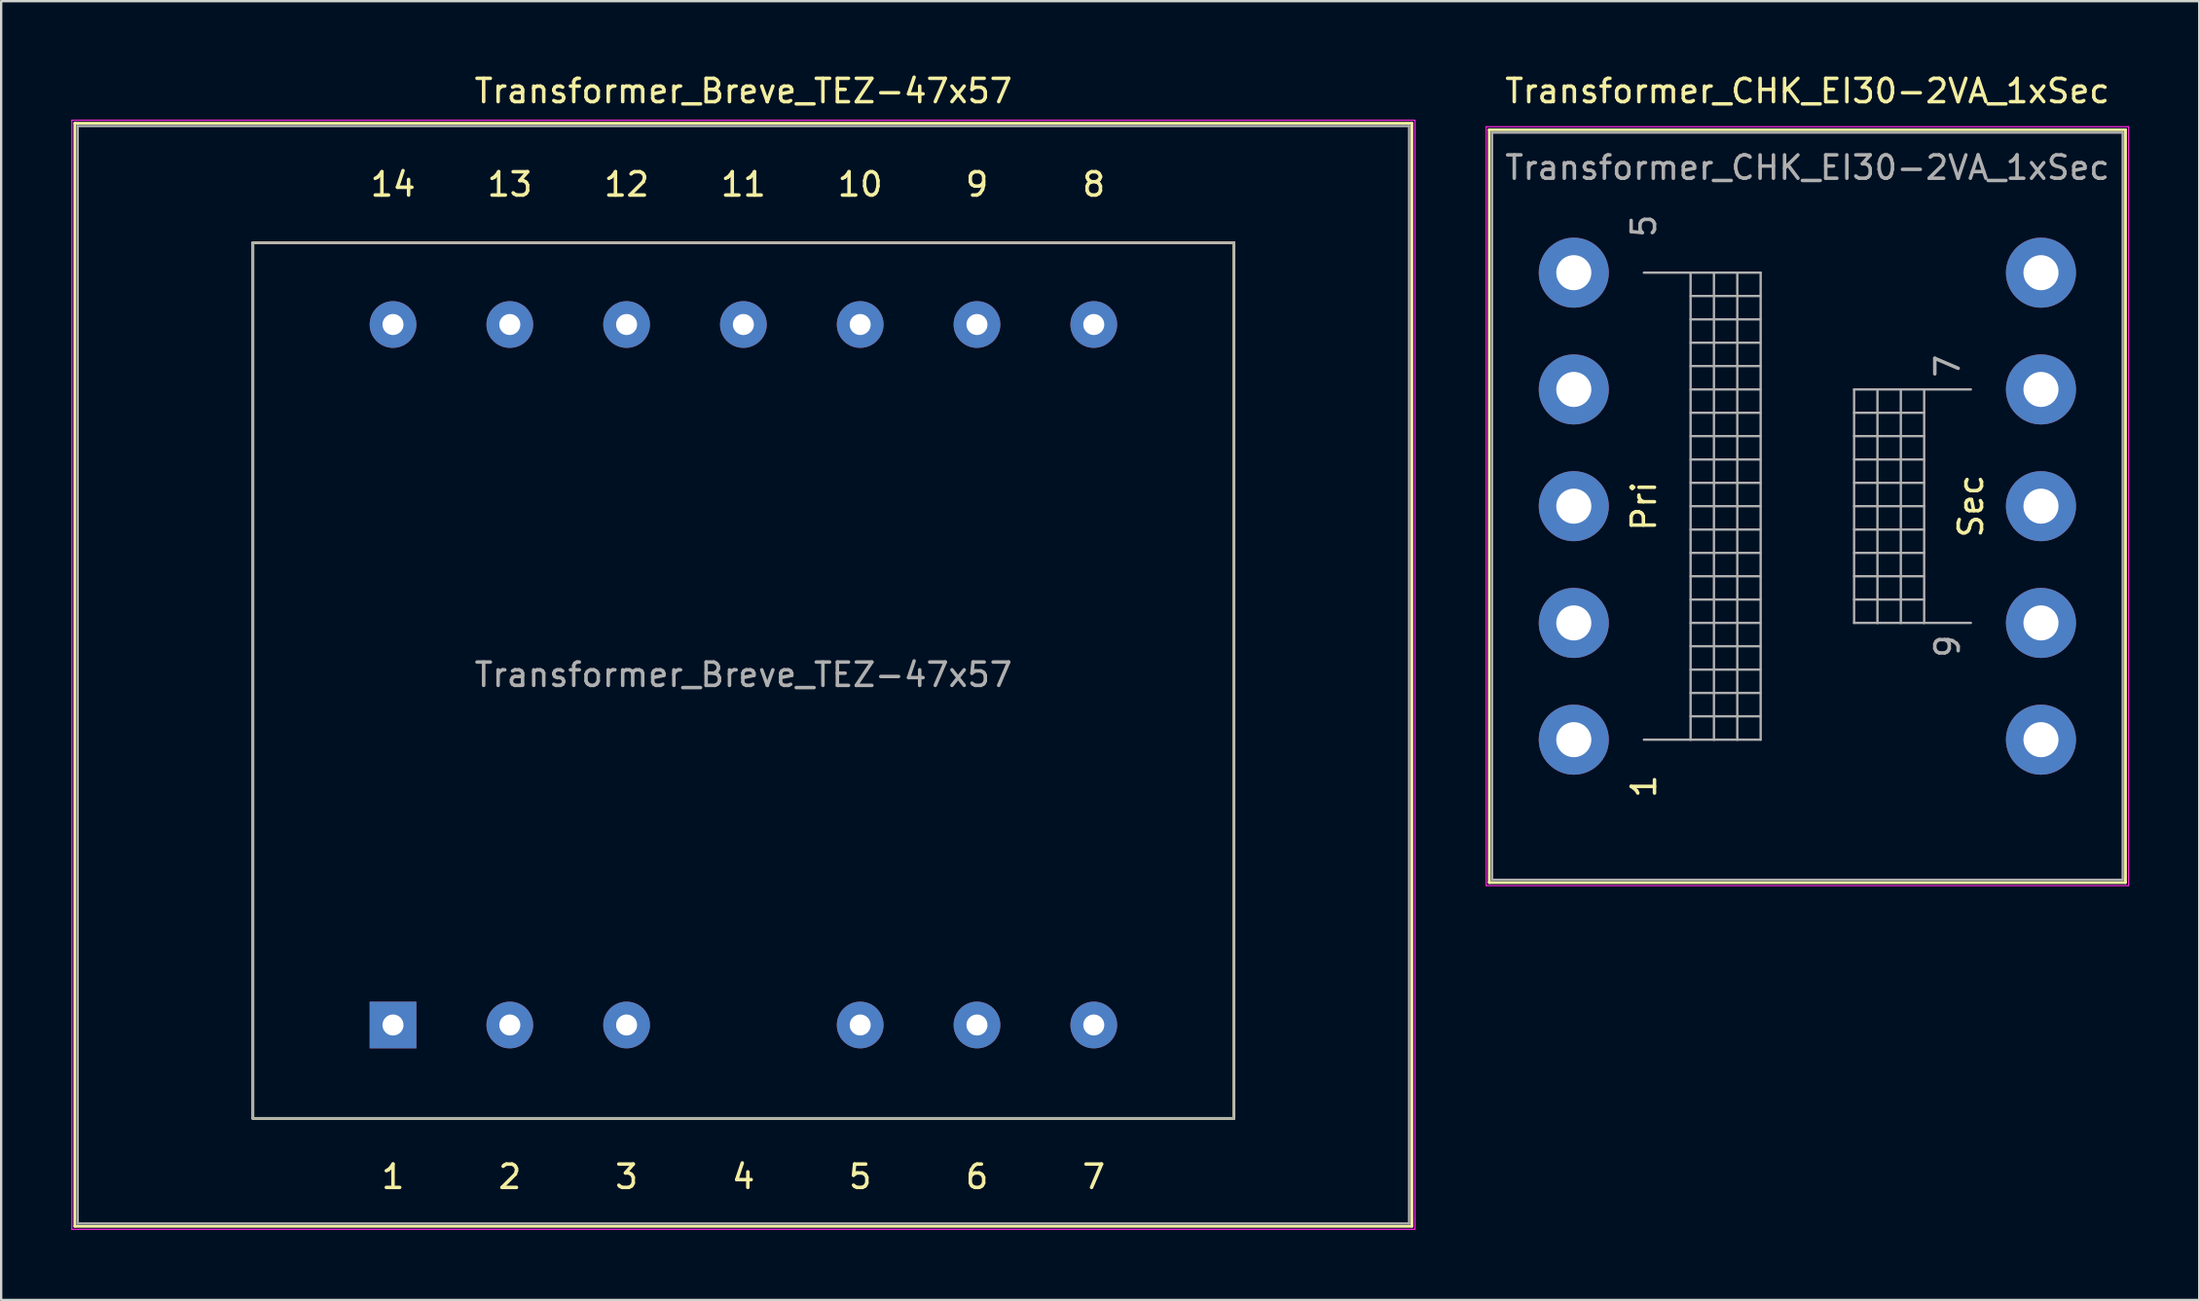
<source format=kicad_pcb>
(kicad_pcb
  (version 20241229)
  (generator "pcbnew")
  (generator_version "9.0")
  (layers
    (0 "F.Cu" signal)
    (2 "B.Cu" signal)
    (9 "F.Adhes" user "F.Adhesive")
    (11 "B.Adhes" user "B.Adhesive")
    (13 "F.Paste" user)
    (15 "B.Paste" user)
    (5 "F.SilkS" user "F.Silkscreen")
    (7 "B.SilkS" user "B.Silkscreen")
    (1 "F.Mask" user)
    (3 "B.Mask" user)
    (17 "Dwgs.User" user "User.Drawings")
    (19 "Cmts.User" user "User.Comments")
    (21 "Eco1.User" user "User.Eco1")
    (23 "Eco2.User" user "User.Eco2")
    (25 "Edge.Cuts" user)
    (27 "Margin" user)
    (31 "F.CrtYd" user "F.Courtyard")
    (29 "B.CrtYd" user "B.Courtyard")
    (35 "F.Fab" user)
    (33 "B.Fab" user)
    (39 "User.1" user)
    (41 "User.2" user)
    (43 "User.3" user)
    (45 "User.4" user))
  (footprint "Transformer_CHK_EI30-2VA_1xSec"
    (layer "F.Cu")
    (at 64.325 28.628)
    (property "Reference" "Transformer_CHK_EI30-2VA_1xSec" (at 10 -27.78 0) (layer "F.SilkS") (effects (font (size 1 1) (thickness 0.15))))
    (attr through_hole)
    (fp_line (start -3.62 -26.12) (end -3.62 6.12) (stroke (width 0.12) (type solid)) (layer "F.SilkS"))
    (fp_line (start -3.62 -26.12) (end 23.62 -26.12) (stroke (width 0.12) (type solid)) (layer "F.SilkS"))
    (fp_line (start 23.62 6.12) (end -3.62 6.12) (stroke (width 0.12) (type solid)) (layer "F.SilkS"))
    (fp_line (start 23.62 6.12) (end 23.62 -26.12) (stroke (width 0.12) (type solid)) (layer "F.SilkS"))
    (fp_line (start -3.75 -26.25) (end -3.75 6.25) (stroke (width 0.05) (type solid)) (layer "F.CrtYd"))
    (fp_line (start -3.75 -26.25) (end 23.75 -26.25) (stroke (width 0.05) (type solid)) (layer "F.CrtYd"))
    (fp_line (start 23.75 6.25) (end -3.75 6.25) (stroke (width 0.05) (type solid)) (layer "F.CrtYd"))
    (fp_line (start 23.75 6.25) (end 23.75 -26.25) (stroke (width 0.05) (type solid)) (layer "F.CrtYd"))
    (fp_line (start -3.5 -26) (end -3.5 6) (stroke (width 0.1) (type solid)) (layer "F.Fab"))
    (fp_line (start -3.5 6) (end 23.5 6) (stroke (width 0.1) (type solid)) (layer "F.Fab"))
    (fp_line (start 3 -20) (end 5 -20) (stroke (width 0.1) (type solid)) (layer "F.Fab"))
    (fp_line (start 5 -20) (end 5 0) (stroke (width 0.1) (type solid)) (layer "F.Fab"))
    (fp_line (start 5 -20) (end 6 -20) (stroke (width 0.1) (type solid)) (layer "F.Fab"))
    (fp_line (start 5 -19) (end 8 -19) (stroke (width 0.1) (type solid)) (layer "F.Fab"))
    (fp_line (start 5 -17) (end 8 -17) (stroke (width 0.1) (type solid)) (layer "F.Fab"))
    (fp_line (start 5 -15) (end 8 -15) (stroke (width 0.1) (type solid)) (layer "F.Fab"))
    (fp_line (start 5 -13) (end 8 -13) (stroke (width 0.1) (type solid)) (layer "F.Fab"))
    (fp_line (start 5 -11) (end 8 -11) (stroke (width 0.1) (type solid)) (layer "F.Fab"))
    (fp_line (start 5 -9) (end 8 -9) (stroke (width 0.1) (type solid)) (layer "F.Fab"))
    (fp_line (start 5 -7) (end 8 -7) (stroke (width 0.1) (type solid)) (layer "F.Fab"))
    (fp_line (start 5 -5) (end 8 -5) (stroke (width 0.1) (type solid)) (layer "F.Fab"))
    (fp_line (start 5 -3) (end 8 -3) (stroke (width 0.1) (type solid)) (layer "F.Fab"))
    (fp_line (start 5 -1) (end 8 -1) (stroke (width 0.1) (type solid)) (layer "F.Fab"))
    (fp_line (start 5 0) (end 3 0) (stroke (width 0.1) (type solid)) (layer "F.Fab"))
    (fp_line (start 6 -20) (end 6 0) (stroke (width 0.1) (type solid)) (layer "F.Fab"))
    (fp_line (start 6 -20) (end 7 -20) (stroke (width 0.1) (type solid)) (layer "F.Fab"))
    (fp_line (start 6 0) (end 5 0) (stroke (width 0.1) (type solid)) (layer "F.Fab"))
    (fp_line (start 7 -20) (end 7 0) (stroke (width 0.1) (type solid)) (layer "F.Fab"))
    (fp_line (start 7 -20) (end 8 -20) (stroke (width 0.1) (type solid)) (layer "F.Fab"))
    (fp_line (start 7 0) (end 6 0) (stroke (width 0.1) (type solid)) (layer "F.Fab"))
    (fp_line (start 8 -20) (end 8 0) (stroke (width 0.1) (type solid)) (layer "F.Fab"))
    (fp_line (start 8 -18) (end 5 -18) (stroke (width 0.1) (type solid)) (layer "F.Fab"))
    (fp_line (start 8 -16) (end 5 -16) (stroke (width 0.1) (type solid)) (layer "F.Fab"))
    (fp_line (start 8 -14) (end 5 -14) (stroke (width 0.1) (type solid)) (layer "F.Fab"))
    (fp_line (start 8 -12) (end 5 -12) (stroke (width 0.1) (type solid)) (layer "F.Fab"))
    (fp_line (start 8 -10) (end 5 -10) (stroke (width 0.1) (type solid)) (layer "F.Fab"))
    (fp_line (start 8 -8) (end 5 -8) (stroke (width 0.1) (type solid)) (layer "F.Fab"))
    (fp_line (start 8 -6) (end 5 -6) (stroke (width 0.1) (type solid)) (layer "F.Fab"))
    (fp_line (start 8 -4) (end 5 -4) (stroke (width 0.1) (type solid)) (layer "F.Fab"))
    (fp_line (start 8 -2) (end 5 -2) (stroke (width 0.1) (type solid)) (layer "F.Fab"))
    (fp_line (start 8 0) (end 7 0) (stroke (width 0.1) (type solid)) (layer "F.Fab"))
    (fp_line (start 12 -15) (end 12 -5) (stroke (width 0.1) (type solid)) (layer "F.Fab"))
    (fp_line (start 12 -14) (end 15 -14) (stroke (width 0.1) (type solid)) (layer "F.Fab"))
    (fp_line (start 12 -12) (end 15 -12) (stroke (width 0.1) (type solid)) (layer "F.Fab"))
    (fp_line (start 12 -10) (end 15 -10) (stroke (width 0.1) (type solid)) (layer "F.Fab"))
    (fp_line (start 12 -8) (end 15 -8) (stroke (width 0.1) (type solid)) (layer "F.Fab"))
    (fp_line (start 12 -6) (end 15 -6) (stroke (width 0.1) (type solid)) (layer "F.Fab"))
    (fp_line (start 12 -5) (end 13 -5) (stroke (width 0.1) (type solid)) (layer "F.Fab"))
    (fp_line (start 13 -15) (end 12 -15) (stroke (width 0.1) (type solid)) (layer "F.Fab"))
    (fp_line (start 13 -15) (end 13 -5) (stroke (width 0.1) (type solid)) (layer "F.Fab"))
    (fp_line (start 13 -5) (end 14 -5) (stroke (width 0.1) (type solid)) (layer "F.Fab"))
    (fp_line (start 14 -15) (end 13 -15) (stroke (width 0.1) (type solid)) (layer "F.Fab"))
    (fp_line (start 14 -15) (end 14 -5) (stroke (width 0.1) (type solid)) (layer "F.Fab"))
    (fp_line (start 14 -5) (end 15 -5) (stroke (width 0.1) (type solid)) (layer "F.Fab"))
    (fp_line (start 15 -15) (end 14 -15) (stroke (width 0.1) (type solid)) (layer "F.Fab"))
    (fp_line (start 15 -15) (end 15 -5) (stroke (width 0.1) (type solid)) (layer "F.Fab"))
    (fp_line (start 15 -13) (end 12 -13) (stroke (width 0.1) (type solid)) (layer "F.Fab"))
    (fp_line (start 15 -11) (end 12 -11) (stroke (width 0.1) (type solid)) (layer "F.Fab"))
    (fp_line (start 15 -9) (end 12 -9) (stroke (width 0.1) (type solid)) (layer "F.Fab"))
    (fp_line (start 15 -7) (end 12 -7) (stroke (width 0.1) (type solid)) (layer "F.Fab"))
    (fp_line (start 15 -5) (end 17 -5) (stroke (width 0.1) (type solid)) (layer "F.Fab"))
    (fp_line (start 17 -15) (end 15 -15) (stroke (width 0.1) (type solid)) (layer "F.Fab"))
    (fp_line (start 23.5 -26) (end -3.5 -26) (stroke (width 0.1) (type solid)) (layer "F.Fab"))
    (fp_line (start 23.5 6) (end 23.5 -26) (stroke (width 0.1) (type solid)) (layer "F.Fab"))
    (fp_text user "Sec" (at 17 -10 90) (layer "F.SilkS") (effects (font (size 1 1) (thickness 0.15))))
    (fp_text user "1" (at 3 2 90) (layer "F.SilkS") (effects (font (size 1 1) (thickness 0.15))))
    (fp_text user "Pri" (at 3 -10 90) (layer "F.SilkS") (effects (font (size 1 1) (thickness 0.15))))
    (fp_text user "${REFERENCE}" (at 10 -24.5 0) (layer "F.Fab") (effects (font (size 1 1) (thickness 0.15))))
    (fp_text user "9" (at 16 -4 90) (layer "F.Fab") (effects (font (size 1 1) (thickness 0.15))))
    (fp_text user "7" (at 16 -16 90) (layer "F.Fab") (effects (font (size 1 1) (thickness 0.15))))
    (fp_text user "5" (at 3 -22 90) (layer "F.Fab") (effects (font (size 1 1) (thickness 0.15))))
    (pad "1" thru_hole circle (at 0 0) (size 3 3) (drill 1.5) (layers "*.Cu" "*.Mask"))
    (pad "2" thru_hole circle (at 0 -5) (size 3 3) (drill 1.5) (layers "*.Cu" "*.Mask"))
    (pad "3" thru_hole circle (at 0 -10) (size 3 3) (drill 1.5) (layers "*.Cu" "*.Mask"))
    (pad "4" thru_hole circle (at 0 -15) (size 3 3) (drill 1.5) (layers "*.Cu" "*.Mask"))
    (pad "5" thru_hole circle (at 0 -20) (size 3 3) (drill 1.5) (layers "*.Cu" "*.Mask"))
    (pad "6" thru_hole circle (at 20 -20) (size 3 3) (drill 1.5) (layers "*.Cu" "*.Mask"))
    (pad "7" thru_hole circle (at 20 -15) (size 3 3) (drill 1.5) (layers "*.Cu" "*.Mask"))
    (pad "8" thru_hole circle (at 20 -10) (size 3 3) (drill 1.5) (layers "*.Cu" "*.Mask"))
    (pad "9" thru_hole circle (at 20 -5) (size 3 3) (drill 1.5) (layers "*.Cu" "*.Mask"))
    (pad "10" thru_hole circle (at 20 0) (size 3 3) (drill 1.5) (layers "*.Cu" "*.Mask")))
  (footprint "Transformer_Breve_TEZ-47x57"
    (layer "F.Cu")
    (at 13.775 40.848)
    (property "Reference" "Transformer_Breve_TEZ-47x57" (at 15 -40 0) (layer "F.SilkS") (effects (font (size 1 1) (thickness 0.15))))
    (attr through_hole)
    (fp_line (start -13.62 -38.62) (end -13.62 8.62) (stroke (width 0.12) (type solid)) (layer "F.SilkS"))
    (fp_line (start -13.62 -38.62) (end 43.62 -38.62) (stroke (width 0.12) (type solid)) (layer "F.SilkS"))
    (fp_line (start -6 -33.5) (end -6 4) (stroke (width 0.12) (type solid)) (layer "F.SilkS"))
    (fp_line (start -6 4) (end 36 4) (stroke (width 0.12) (type solid)) (layer "F.SilkS"))
    (fp_line (start 36 -33.5) (end -6 -33.5) (stroke (width 0.12) (type solid)) (layer "F.SilkS"))
    (fp_line (start 36 4) (end 36 -33.5) (stroke (width 0.12) (type solid)) (layer "F.SilkS"))
    (fp_line (start 43.62 8.62) (end -13.62 8.62) (stroke (width 0.12) (type solid)) (layer "F.SilkS"))
    (fp_line (start 43.62 8.62) (end 43.62 -38.62) (stroke (width 0.12) (type solid)) (layer "F.SilkS"))
    (fp_line (start -13.75 -38.75) (end -13.75 8.75) (stroke (width 0.05) (type solid)) (layer "F.CrtYd"))
    (fp_line (start -13.75 -38.75) (end 43.75 -38.75) (stroke (width 0.05) (type solid)) (layer "F.CrtYd"))
    (fp_line (start 43.75 8.75) (end -13.75 8.75) (stroke (width 0.05) (type solid)) (layer "F.CrtYd"))
    (fp_line (start 43.75 8.75) (end 43.75 -38.75) (stroke (width 0.05) (type solid)) (layer "F.CrtYd"))
    (fp_line (start -13.5 -38.5) (end -13.5 8.5) (stroke (width 0.1) (type solid)) (layer "F.Fab"))
    (fp_line (start -13.5 -38.5) (end 43.5 -38.5) (stroke (width 0.1) (type solid)) (layer "F.Fab"))
    (fp_line (start -6 -33.5) (end -6 4) (stroke (width 0.1) (type solid)) (layer "F.Fab"))
    (fp_line (start -6 4) (end 36 4) (stroke (width 0.1) (type solid)) (layer "F.Fab"))
    (fp_line (start 36 -33.5) (end -6 -33.5) (stroke (width 0.1) (type solid)) (layer "F.Fab"))
    (fp_line (start 36 4) (end 36 -33.5) (stroke (width 0.1) (type solid)) (layer "F.Fab"))
    (fp_line (start 43.5 -38.5) (end 43.5 8.5) (stroke (width 0.1) (type solid)) (layer "F.Fab"))
    (fp_line (start 43.5 8.5) (end -13.5 8.5) (stroke (width 0.1) (type solid)) (layer "F.Fab"))
    (fp_text user "3" (at 10 6.5 0) (layer "F.SilkS") (effects (font (size 1 1) (thickness 0.15))))
    (fp_text user "13" (at 5 -36 0) (layer "F.SilkS") (effects (font (size 1 1) (thickness 0.15))))
    (fp_text user "2" (at 5 6.5 0) (layer "F.SilkS") (effects (font (size 1 1) (thickness 0.15))))
    (fp_text user "6" (at 25 6.5 0) (layer "F.SilkS") (effects (font (size 1 1) (thickness 0.15))))
    (fp_text user "8" (at 30 -36 0) (layer "F.SilkS") (effects (font (size 1 1) (thickness 0.15))))
    (fp_text user "1" (at 0 6.5 0) (layer "F.SilkS") (effects (font (size 1 1) (thickness 0.15))))
    (fp_text user "9" (at 25 -36 0) (layer "F.SilkS") (effects (font (size 1 1) (thickness 0.15))))
    (fp_text user "10" (at 20 -36 0) (layer "F.SilkS") (effects (font (size 1 1) (thickness 0.15))))
    (fp_text user "12" (at 10 -36 0) (layer "F.SilkS") (effects (font (size 1 1) (thickness 0.15))))
    (fp_text user "5" (at 20 6.5 0) (layer "F.SilkS") (effects (font (size 1 1) (thickness 0.15))))
    (fp_text user "4" (at 15 6.5 0) (layer "F.SilkS") (effects (font (size 1 1) (thickness 0.15))))
    (fp_text user "11" (at 15 -36 0) (layer "F.SilkS") (effects (font (size 1 1) (thickness 0.15))))
    (fp_text user "14" (at 0 -36 0) (layer "F.SilkS") (effects (font (size 1 1) (thickness 0.15))))
    (fp_text user "7" (at 30 6.5 0) (layer "F.SilkS") (effects (font (size 1 1) (thickness 0.15))))
    (fp_text user "${REFERENCE}" (at 15 -15 0) (layer "F.Fab") (effects (font (size 1 1) (thickness 0.15))))
    (pad "1" thru_hole rect (at 0 0) (size 2 2) (drill 0.9) (layers "*.Cu" "*.Mask"))
    (pad "2" thru_hole circle (at 5 0) (size 2 2) (drill 0.9) (layers "*.Cu" "*.Mask"))
    (pad "3" thru_hole circle (at 10 0) (size 2 2) (drill 0.9) (layers "*.Cu" "*.Mask"))
    (pad "5" thru_hole circle (at 20 0) (size 2 2) (drill 0.9) (layers "*.Cu" "*.Mask"))
    (pad "6" thru_hole circle (at 25 0) (size 2 2) (drill 0.9) (layers "*.Cu" "*.Mask"))
    (pad "7" thru_hole circle (at 30 0) (size 2 2) (drill 0.9) (layers "*.Cu" "*.Mask"))
    (pad "8" thru_hole circle (at 30 -30) (size 2 2) (drill 0.9) (layers "*.Cu" "*.Mask"))
    (pad "9" thru_hole circle (at 25 -30) (size 2 2) (drill 0.9) (layers "*.Cu" "*.Mask"))
    (pad "10" thru_hole circle (at 20 -30) (size 2 2) (drill 0.9) (layers "*.Cu" "*.Mask"))
    (pad "11" thru_hole circle (at 15 -30) (size 2 2) (drill 0.9) (layers "*.Cu" "*.Mask"))
    (pad "12" thru_hole circle (at 10 -30) (size 2 2) (drill 0.9) (layers "*.Cu" "*.Mask"))
    (pad "13" thru_hole circle (at 5 -30) (size 2 2) (drill 0.9) (layers "*.Cu" "*.Mask"))
    (pad "14" thru_hole circle (at 0 -30) (size 2 2) (drill 0.9) (layers "*.Cu" "*.Mask")))
  (gr_rect
    (start -3 -3)
    (end 91.1 52.623)
    (stroke (width 0.1) (type default))
    (fill no)
    (layer "Edge.Cuts")))
</source>
